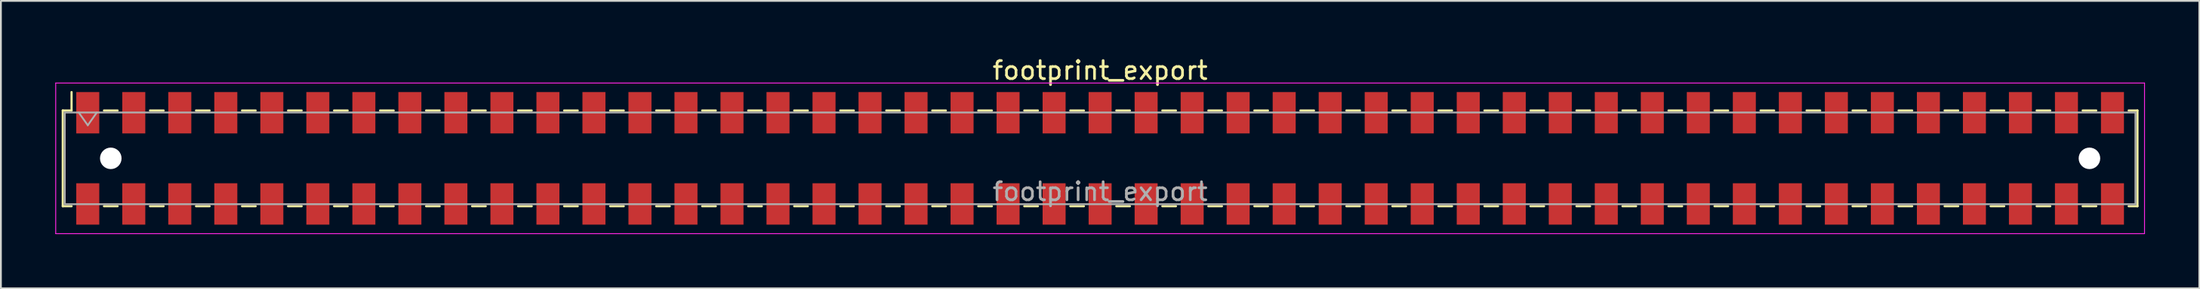
<source format=kicad_pcb>
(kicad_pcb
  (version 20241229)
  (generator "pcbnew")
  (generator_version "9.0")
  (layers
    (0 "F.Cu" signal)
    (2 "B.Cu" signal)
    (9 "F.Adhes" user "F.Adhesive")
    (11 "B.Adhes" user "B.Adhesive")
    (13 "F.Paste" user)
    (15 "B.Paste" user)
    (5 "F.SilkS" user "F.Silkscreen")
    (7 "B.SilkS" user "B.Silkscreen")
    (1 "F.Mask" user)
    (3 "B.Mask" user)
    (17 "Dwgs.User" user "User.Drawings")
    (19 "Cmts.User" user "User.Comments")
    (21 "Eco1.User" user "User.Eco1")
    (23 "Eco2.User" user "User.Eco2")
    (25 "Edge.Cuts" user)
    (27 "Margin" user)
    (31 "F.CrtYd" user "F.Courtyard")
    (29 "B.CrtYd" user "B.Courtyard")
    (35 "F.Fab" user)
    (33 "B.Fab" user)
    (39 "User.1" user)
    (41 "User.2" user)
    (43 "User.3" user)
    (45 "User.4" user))
  (footprint "footprint_export"
    (layer "F.Cu")
    (at 57.675 5.718)
    (property "Reference" "footprint_export" (at 0 -4.87 0) (layer "F.SilkS") (effects (font (size 1 1) (thickness 0.15))))
    (attr smd)
    (fp_line (start -57.26 -2.65) (end -57.26 2.65) (stroke (width 0.12) (type solid)) (layer "F.SilkS"))
    (fp_line (start -57.26 2.65) (end -56.775 2.65) (stroke (width 0.12) (type solid)) (layer "F.SilkS"))
    (fp_line (start -56.775 -3.67) (end -56.775 -2.65) (stroke (width 0.12) (type solid)) (layer "F.SilkS"))
    (fp_line (start -56.775 -2.65) (end -57.26 -2.65) (stroke (width 0.12) (type solid)) (layer "F.SilkS"))
    (fp_line (start -54.985 -2.65) (end -54.235 -2.65) (stroke (width 0.12) (type solid)) (layer "F.SilkS"))
    (fp_line (start -54.985 2.65) (end -54.235 2.65) (stroke (width 0.12) (type solid)) (layer "F.SilkS"))
    (fp_line (start -52.445 -2.65) (end -51.695 -2.65) (stroke (width 0.12) (type solid)) (layer "F.SilkS"))
    (fp_line (start -52.445 2.65) (end -51.695 2.65) (stroke (width 0.12) (type solid)) (layer "F.SilkS"))
    (fp_line (start -49.905 -2.65) (end -49.155 -2.65) (stroke (width 0.12) (type solid)) (layer "F.SilkS"))
    (fp_line (start -49.905 2.65) (end -49.155 2.65) (stroke (width 0.12) (type solid)) (layer "F.SilkS"))
    (fp_line (start -47.365 -2.65) (end -46.615 -2.65) (stroke (width 0.12) (type solid)) (layer "F.SilkS"))
    (fp_line (start -47.365 2.65) (end -46.615 2.65) (stroke (width 0.12) (type solid)) (layer "F.SilkS"))
    (fp_line (start -44.825 -2.65) (end -44.075 -2.65) (stroke (width 0.12) (type solid)) (layer "F.SilkS"))
    (fp_line (start -44.825 2.65) (end -44.075 2.65) (stroke (width 0.12) (type solid)) (layer "F.SilkS"))
    (fp_line (start -42.285 -2.65) (end -41.535 -2.65) (stroke (width 0.12) (type solid)) (layer "F.SilkS"))
    (fp_line (start -42.285 2.65) (end -41.535 2.65) (stroke (width 0.12) (type solid)) (layer "F.SilkS"))
    (fp_line (start -39.745 -2.65) (end -38.995 -2.65) (stroke (width 0.12) (type solid)) (layer "F.SilkS"))
    (fp_line (start -39.745 2.65) (end -38.995 2.65) (stroke (width 0.12) (type solid)) (layer "F.SilkS"))
    (fp_line (start -37.205 -2.65) (end -36.455 -2.65) (stroke (width 0.12) (type solid)) (layer "F.SilkS"))
    (fp_line (start -37.205 2.65) (end -36.455 2.65) (stroke (width 0.12) (type solid)) (layer "F.SilkS"))
    (fp_line (start -34.665 -2.65) (end -33.915 -2.65) (stroke (width 0.12) (type solid)) (layer "F.SilkS"))
    (fp_line (start -34.665 2.65) (end -33.915 2.65) (stroke (width 0.12) (type solid)) (layer "F.SilkS"))
    (fp_line (start -32.125 -2.65) (end -31.375 -2.65) (stroke (width 0.12) (type solid)) (layer "F.SilkS"))
    (fp_line (start -32.125 2.65) (end -31.375 2.65) (stroke (width 0.12) (type solid)) (layer "F.SilkS"))
    (fp_line (start -29.585 -2.65) (end -28.835 -2.65) (stroke (width 0.12) (type solid)) (layer "F.SilkS"))
    (fp_line (start -29.585 2.65) (end -28.835 2.65) (stroke (width 0.12) (type solid)) (layer "F.SilkS"))
    (fp_line (start -27.045 -2.65) (end -26.295 -2.65) (stroke (width 0.12) (type solid)) (layer "F.SilkS"))
    (fp_line (start -27.045 2.65) (end -26.295 2.65) (stroke (width 0.12) (type solid)) (layer "F.SilkS"))
    (fp_line (start -24.505 -2.65) (end -23.755 -2.65) (stroke (width 0.12) (type solid)) (layer "F.SilkS"))
    (fp_line (start -24.505 2.65) (end -23.755 2.65) (stroke (width 0.12) (type solid)) (layer "F.SilkS"))
    (fp_line (start -21.965 -2.65) (end -21.215 -2.65) (stroke (width 0.12) (type solid)) (layer "F.SilkS"))
    (fp_line (start -21.965 2.65) (end -21.215 2.65) (stroke (width 0.12) (type solid)) (layer "F.SilkS"))
    (fp_line (start -19.425 -2.65) (end -18.675 -2.65) (stroke (width 0.12) (type solid)) (layer "F.SilkS"))
    (fp_line (start -19.425 2.65) (end -18.675 2.65) (stroke (width 0.12) (type solid)) (layer "F.SilkS"))
    (fp_line (start -16.885 -2.65) (end -16.135 -2.65) (stroke (width 0.12) (type solid)) (layer "F.SilkS"))
    (fp_line (start -16.885 2.65) (end -16.135 2.65) (stroke (width 0.12) (type solid)) (layer "F.SilkS"))
    (fp_line (start -14.345 -2.65) (end -13.595 -2.65) (stroke (width 0.12) (type solid)) (layer "F.SilkS"))
    (fp_line (start -14.345 2.65) (end -13.595 2.65) (stroke (width 0.12) (type solid)) (layer "F.SilkS"))
    (fp_line (start -11.805 -2.65) (end -11.055 -2.65) (stroke (width 0.12) (type solid)) (layer "F.SilkS"))
    (fp_line (start -11.805 2.65) (end -11.055 2.65) (stroke (width 0.12) (type solid)) (layer "F.SilkS"))
    (fp_line (start -9.265 -2.65) (end -8.515 -2.65) (stroke (width 0.12) (type solid)) (layer "F.SilkS"))
    (fp_line (start -9.265 2.65) (end -8.515 2.65) (stroke (width 0.12) (type solid)) (layer "F.SilkS"))
    (fp_line (start -6.725 -2.65) (end -5.975 -2.65) (stroke (width 0.12) (type solid)) (layer "F.SilkS"))
    (fp_line (start -6.725 2.65) (end -5.975 2.65) (stroke (width 0.12) (type solid)) (layer "F.SilkS"))
    (fp_line (start -4.185 -2.65) (end -3.435 -2.65) (stroke (width 0.12) (type solid)) (layer "F.SilkS"))
    (fp_line (start -4.185 2.65) (end -3.435 2.65) (stroke (width 0.12) (type solid)) (layer "F.SilkS"))
    (fp_line (start -1.645 -2.65) (end -0.895 -2.65) (stroke (width 0.12) (type solid)) (layer "F.SilkS"))
    (fp_line (start -1.645 2.65) (end -0.895 2.65) (stroke (width 0.12) (type solid)) (layer "F.SilkS"))
    (fp_line (start 0.895 -2.65) (end 1.645 -2.65) (stroke (width 0.12) (type solid)) (layer "F.SilkS"))
    (fp_line (start 0.895 2.65) (end 1.645 2.65) (stroke (width 0.12) (type solid)) (layer "F.SilkS"))
    (fp_line (start 3.435 -2.65) (end 4.185 -2.65) (stroke (width 0.12) (type solid)) (layer "F.SilkS"))
    (fp_line (start 3.435 2.65) (end 4.185 2.65) (stroke (width 0.12) (type solid)) (layer "F.SilkS"))
    (fp_line (start 5.975 -2.65) (end 6.725 -2.65) (stroke (width 0.12) (type solid)) (layer "F.SilkS"))
    (fp_line (start 5.975 2.65) (end 6.725 2.65) (stroke (width 0.12) (type solid)) (layer "F.SilkS"))
    (fp_line (start 8.515 -2.65) (end 9.265 -2.65) (stroke (width 0.12) (type solid)) (layer "F.SilkS"))
    (fp_line (start 8.515 2.65) (end 9.265 2.65) (stroke (width 0.12) (type solid)) (layer "F.SilkS"))
    (fp_line (start 11.055 -2.65) (end 11.805 -2.65) (stroke (width 0.12) (type solid)) (layer "F.SilkS"))
    (fp_line (start 11.055 2.65) (end 11.805 2.65) (stroke (width 0.12) (type solid)) (layer "F.SilkS"))
    (fp_line (start 13.595 -2.65) (end 14.345 -2.65) (stroke (width 0.12) (type solid)) (layer "F.SilkS"))
    (fp_line (start 13.595 2.65) (end 14.345 2.65) (stroke (width 0.12) (type solid)) (layer "F.SilkS"))
    (fp_line (start 16.135 -2.65) (end 16.885 -2.65) (stroke (width 0.12) (type solid)) (layer "F.SilkS"))
    (fp_line (start 16.135 2.65) (end 16.885 2.65) (stroke (width 0.12) (type solid)) (layer "F.SilkS"))
    (fp_line (start 18.675 -2.65) (end 19.425 -2.65) (stroke (width 0.12) (type solid)) (layer "F.SilkS"))
    (fp_line (start 18.675 2.65) (end 19.425 2.65) (stroke (width 0.12) (type solid)) (layer "F.SilkS"))
    (fp_line (start 21.215 -2.65) (end 21.965 -2.65) (stroke (width 0.12) (type solid)) (layer "F.SilkS"))
    (fp_line (start 21.215 2.65) (end 21.965 2.65) (stroke (width 0.12) (type solid)) (layer "F.SilkS"))
    (fp_line (start 23.755 -2.65) (end 24.505 -2.65) (stroke (width 0.12) (type solid)) (layer "F.SilkS"))
    (fp_line (start 23.755 2.65) (end 24.505 2.65) (stroke (width 0.12) (type solid)) (layer "F.SilkS"))
    (fp_line (start 26.295 -2.65) (end 27.045 -2.65) (stroke (width 0.12) (type solid)) (layer "F.SilkS"))
    (fp_line (start 26.295 2.65) (end 27.045 2.65) (stroke (width 0.12) (type solid)) (layer "F.SilkS"))
    (fp_line (start 28.835 -2.65) (end 29.585 -2.65) (stroke (width 0.12) (type solid)) (layer "F.SilkS"))
    (fp_line (start 28.835 2.65) (end 29.585 2.65) (stroke (width 0.12) (type solid)) (layer "F.SilkS"))
    (fp_line (start 31.375 -2.65) (end 32.125 -2.65) (stroke (width 0.12) (type solid)) (layer "F.SilkS"))
    (fp_line (start 31.375 2.65) (end 32.125 2.65) (stroke (width 0.12) (type solid)) (layer "F.SilkS"))
    (fp_line (start 33.915 -2.65) (end 34.665 -2.65) (stroke (width 0.12) (type solid)) (layer "F.SilkS"))
    (fp_line (start 33.915 2.65) (end 34.665 2.65) (stroke (width 0.12) (type solid)) (layer "F.SilkS"))
    (fp_line (start 36.455 -2.65) (end 37.205 -2.65) (stroke (width 0.12) (type solid)) (layer "F.SilkS"))
    (fp_line (start 36.455 2.65) (end 37.205 2.65) (stroke (width 0.12) (type solid)) (layer "F.SilkS"))
    (fp_line (start 38.995 -2.65) (end 39.745 -2.65) (stroke (width 0.12) (type solid)) (layer "F.SilkS"))
    (fp_line (start 38.995 2.65) (end 39.745 2.65) (stroke (width 0.12) (type solid)) (layer "F.SilkS"))
    (fp_line (start 41.535 -2.65) (end 42.285 -2.65) (stroke (width 0.12) (type solid)) (layer "F.SilkS"))
    (fp_line (start 41.535 2.65) (end 42.285 2.65) (stroke (width 0.12) (type solid)) (layer "F.SilkS"))
    (fp_line (start 44.075 -2.65) (end 44.825 -2.65) (stroke (width 0.12) (type solid)) (layer "F.SilkS"))
    (fp_line (start 44.075 2.65) (end 44.825 2.65) (stroke (width 0.12) (type solid)) (layer "F.SilkS"))
    (fp_line (start 46.615 -2.65) (end 47.365 -2.65) (stroke (width 0.12) (type solid)) (layer "F.SilkS"))
    (fp_line (start 46.615 2.65) (end 47.365 2.65) (stroke (width 0.12) (type solid)) (layer "F.SilkS"))
    (fp_line (start 49.155 -2.65) (end 49.905 -2.65) (stroke (width 0.12) (type solid)) (layer "F.SilkS"))
    (fp_line (start 49.155 2.65) (end 49.905 2.65) (stroke (width 0.12) (type solid)) (layer "F.SilkS"))
    (fp_line (start 51.695 -2.65) (end 52.445 -2.65) (stroke (width 0.12) (type solid)) (layer "F.SilkS"))
    (fp_line (start 51.695 2.65) (end 52.445 2.65) (stroke (width 0.12) (type solid)) (layer "F.SilkS"))
    (fp_line (start 54.235 -2.65) (end 54.985 -2.65) (stroke (width 0.12) (type solid)) (layer "F.SilkS"))
    (fp_line (start 54.235 2.65) (end 54.985 2.65) (stroke (width 0.12) (type solid)) (layer "F.SilkS"))
    (fp_line (start 56.775 -2.65) (end 57.26 -2.65) (stroke (width 0.12) (type solid)) (layer "F.SilkS"))
    (fp_line (start 57.26 -2.65) (end 57.26 2.65) (stroke (width 0.12) (type solid)) (layer "F.SilkS"))
    (fp_line (start 57.26 2.65) (end 56.775 2.65) (stroke (width 0.12) (type solid)) (layer "F.SilkS"))
    (fp_line (start -57.65 -4.17) (end 57.65 -4.17) (stroke (width 0.05) (type solid)) (layer "F.CrtYd"))
    (fp_line (start -57.65 4.17) (end -57.65 -4.17) (stroke (width 0.05) (type solid)) (layer "F.CrtYd"))
    (fp_line (start 57.65 -4.17) (end 57.65 4.17) (stroke (width 0.05) (type solid)) (layer "F.CrtYd"))
    (fp_line (start 57.65 4.17) (end -57.65 4.17) (stroke (width 0.05) (type solid)) (layer "F.CrtYd"))
    (fp_line (start -57.15 -2.54) (end 57.15 -2.54) (stroke (width 0.1) (type solid)) (layer "F.Fab"))
    (fp_line (start -57.15 2.54) (end -57.15 -2.54) (stroke (width 0.1) (type solid)) (layer "F.Fab"))
    (fp_line (start -56.38 -2.54) (end -55.88 -1.833) (stroke (width 0.1) (type solid)) (layer "F.Fab"))
    (fp_line (start -55.88 -1.833) (end -55.38 -2.54) (stroke (width 0.1) (type solid)) (layer "F.Fab"))
    (fp_line (start 57.15 -2.54) (end 57.15 2.54) (stroke (width 0.1) (type solid)) (layer "F.Fab"))
    (fp_line (start 57.15 2.54) (end -57.15 2.54) (stroke (width 0.1) (type solid)) (layer "F.Fab"))
    (fp_text user "${REFERENCE}" (at 0 1.84 0) (layer "F.Fab") (effects (font (size 1 1) (thickness 0.15))))
    (pad "" np_thru_hole circle (at -54.61 0) (size 1.19 1.19) (drill 1.19) (layers "*.Cu" "*.Mask"))
    (pad "" np_thru_hole circle (at 54.61 0) (size 1.19 1.19) (drill 1.19) (layers "*.Cu" "*.Mask"))
    (pad "1" smd rect (at -55.88 -2.525) (size 1.27 2.29) (layers "F.Cu" "F.Mask" "F.Paste"))
    (pad "2" smd rect (at -55.88 2.525) (size 1.27 2.29) (layers "F.Cu" "F.Mask" "F.Paste"))
    (pad "3" smd rect (at -53.34 -2.525) (size 1.27 2.29) (layers "F.Cu" "F.Mask" "F.Paste"))
    (pad "4" smd rect (at -53.34 2.525) (size 1.27 2.29) (layers "F.Cu" "F.Mask" "F.Paste"))
    (pad "5" smd rect (at -50.8 -2.525) (size 1.27 2.29) (layers "F.Cu" "F.Mask" "F.Paste"))
    (pad "6" smd rect (at -50.8 2.525) (size 1.27 2.29) (layers "F.Cu" "F.Mask" "F.Paste"))
    (pad "7" smd rect (at -48.26 -2.525) (size 1.27 2.29) (layers "F.Cu" "F.Mask" "F.Paste"))
    (pad "8" smd rect (at -48.26 2.525) (size 1.27 2.29) (layers "F.Cu" "F.Mask" "F.Paste"))
    (pad "9" smd rect (at -45.72 -2.525) (size 1.27 2.29) (layers "F.Cu" "F.Mask" "F.Paste"))
    (pad "10" smd rect (at -45.72 2.525) (size 1.27 2.29) (layers "F.Cu" "F.Mask" "F.Paste"))
    (pad "11" smd rect (at -43.18 -2.525) (size 1.27 2.29) (layers "F.Cu" "F.Mask" "F.Paste"))
    (pad "12" smd rect (at -43.18 2.525) (size 1.27 2.29) (layers "F.Cu" "F.Mask" "F.Paste"))
    (pad "13" smd rect (at -40.64 -2.525) (size 1.27 2.29) (layers "F.Cu" "F.Mask" "F.Paste"))
    (pad "14" smd rect (at -40.64 2.525) (size 1.27 2.29) (layers "F.Cu" "F.Mask" "F.Paste"))
    (pad "15" smd rect (at -38.1 -2.525) (size 1.27 2.29) (layers "F.Cu" "F.Mask" "F.Paste"))
    (pad "16" smd rect (at -38.1 2.525) (size 1.27 2.29) (layers "F.Cu" "F.Mask" "F.Paste"))
    (pad "17" smd rect (at -35.56 -2.525) (size 1.27 2.29) (layers "F.Cu" "F.Mask" "F.Paste"))
    (pad "18" smd rect (at -35.56 2.525) (size 1.27 2.29) (layers "F.Cu" "F.Mask" "F.Paste"))
    (pad "19" smd rect (at -33.02 -2.525) (size 1.27 2.29) (layers "F.Cu" "F.Mask" "F.Paste"))
    (pad "20" smd rect (at -33.02 2.525) (size 1.27 2.29) (layers "F.Cu" "F.Mask" "F.Paste"))
    (pad "21" smd rect (at -30.48 -2.525) (size 1.27 2.29) (layers "F.Cu" "F.Mask" "F.Paste"))
    (pad "22" smd rect (at -30.48 2.525) (size 1.27 2.29) (layers "F.Cu" "F.Mask" "F.Paste"))
    (pad "23" smd rect (at -27.94 -2.525) (size 1.27 2.29) (layers "F.Cu" "F.Mask" "F.Paste"))
    (pad "24" smd rect (at -27.94 2.525) (size 1.27 2.29) (layers "F.Cu" "F.Mask" "F.Paste"))
    (pad "25" smd rect (at -25.4 -2.525) (size 1.27 2.29) (layers "F.Cu" "F.Mask" "F.Paste"))
    (pad "26" smd rect (at -25.4 2.525) (size 1.27 2.29) (layers "F.Cu" "F.Mask" "F.Paste"))
    (pad "27" smd rect (at -22.86 -2.525) (size 1.27 2.29) (layers "F.Cu" "F.Mask" "F.Paste"))
    (pad "28" smd rect (at -22.86 2.525) (size 1.27 2.29) (layers "F.Cu" "F.Mask" "F.Paste"))
    (pad "29" smd rect (at -20.32 -2.525) (size 1.27 2.29) (layers "F.Cu" "F.Mask" "F.Paste"))
    (pad "30" smd rect (at -20.32 2.525) (size 1.27 2.29) (layers "F.Cu" "F.Mask" "F.Paste"))
    (pad "31" smd rect (at -17.78 -2.525) (size 1.27 2.29) (layers "F.Cu" "F.Mask" "F.Paste"))
    (pad "32" smd rect (at -17.78 2.525) (size 1.27 2.29) (layers "F.Cu" "F.Mask" "F.Paste"))
    (pad "33" smd rect (at -15.24 -2.525) (size 1.27 2.29) (layers "F.Cu" "F.Mask" "F.Paste"))
    (pad "34" smd rect (at -15.24 2.525) (size 1.27 2.29) (layers "F.Cu" "F.Mask" "F.Paste"))
    (pad "35" smd rect (at -12.7 -2.525) (size 1.27 2.29) (layers "F.Cu" "F.Mask" "F.Paste"))
    (pad "36" smd rect (at -12.7 2.525) (size 1.27 2.29) (layers "F.Cu" "F.Mask" "F.Paste"))
    (pad "37" smd rect (at -10.16 -2.525) (size 1.27 2.29) (layers "F.Cu" "F.Mask" "F.Paste"))
    (pad "38" smd rect (at -10.16 2.525) (size 1.27 2.29) (layers "F.Cu" "F.Mask" "F.Paste"))
    (pad "39" smd rect (at -7.62 -2.525) (size 1.27 2.29) (layers "F.Cu" "F.Mask" "F.Paste"))
    (pad "40" smd rect (at -7.62 2.525) (size 1.27 2.29) (layers "F.Cu" "F.Mask" "F.Paste"))
    (pad "41" smd rect (at -5.08 -2.525) (size 1.27 2.29) (layers "F.Cu" "F.Mask" "F.Paste"))
    (pad "42" smd rect (at -5.08 2.525) (size 1.27 2.29) (layers "F.Cu" "F.Mask" "F.Paste"))
    (pad "43" smd rect (at -2.54 -2.525) (size 1.27 2.29) (layers "F.Cu" "F.Mask" "F.Paste"))
    (pad "44" smd rect (at -2.54 2.525) (size 1.27 2.29) (layers "F.Cu" "F.Mask" "F.Paste"))
    (pad "45" smd rect (at 0 -2.525) (size 1.27 2.29) (layers "F.Cu" "F.Mask" "F.Paste"))
    (pad "46" smd rect (at 0 2.525) (size 1.27 2.29) (layers "F.Cu" "F.Mask" "F.Paste"))
    (pad "47" smd rect (at 2.54 -2.525) (size 1.27 2.29) (layers "F.Cu" "F.Mask" "F.Paste"))
    (pad "48" smd rect (at 2.54 2.525) (size 1.27 2.29) (layers "F.Cu" "F.Mask" "F.Paste"))
    (pad "49" smd rect (at 5.08 -2.525) (size 1.27 2.29) (layers "F.Cu" "F.Mask" "F.Paste"))
    (pad "50" smd rect (at 5.08 2.525) (size 1.27 2.29) (layers "F.Cu" "F.Mask" "F.Paste"))
    (pad "51" smd rect (at 7.62 -2.525) (size 1.27 2.29) (layers "F.Cu" "F.Mask" "F.Paste"))
    (pad "52" smd rect (at 7.62 2.525) (size 1.27 2.29) (layers "F.Cu" "F.Mask" "F.Paste"))
    (pad "53" smd rect (at 10.16 -2.525) (size 1.27 2.29) (layers "F.Cu" "F.Mask" "F.Paste"))
    (pad "54" smd rect (at 10.16 2.525) (size 1.27 2.29) (layers "F.Cu" "F.Mask" "F.Paste"))
    (pad "55" smd rect (at 12.7 -2.525) (size 1.27 2.29) (layers "F.Cu" "F.Mask" "F.Paste"))
    (pad "56" smd rect (at 12.7 2.525) (size 1.27 2.29) (layers "F.Cu" "F.Mask" "F.Paste"))
    (pad "57" smd rect (at 15.24 -2.525) (size 1.27 2.29) (layers "F.Cu" "F.Mask" "F.Paste"))
    (pad "58" smd rect (at 15.24 2.525) (size 1.27 2.29) (layers "F.Cu" "F.Mask" "F.Paste"))
    (pad "59" smd rect (at 17.78 -2.525) (size 1.27 2.29) (layers "F.Cu" "F.Mask" "F.Paste"))
    (pad "60" smd rect (at 17.78 2.525) (size 1.27 2.29) (layers "F.Cu" "F.Mask" "F.Paste"))
    (pad "61" smd rect (at 20.32 -2.525) (size 1.27 2.29) (layers "F.Cu" "F.Mask" "F.Paste"))
    (pad "62" smd rect (at 20.32 2.525) (size 1.27 2.29) (layers "F.Cu" "F.Mask" "F.Paste"))
    (pad "63" smd rect (at 22.86 -2.525) (size 1.27 2.29) (layers "F.Cu" "F.Mask" "F.Paste"))
    (pad "64" smd rect (at 22.86 2.525) (size 1.27 2.29) (layers "F.Cu" "F.Mask" "F.Paste"))
    (pad "65" smd rect (at 25.4 -2.525) (size 1.27 2.29) (layers "F.Cu" "F.Mask" "F.Paste"))
    (pad "66" smd rect (at 25.4 2.525) (size 1.27 2.29) (layers "F.Cu" "F.Mask" "F.Paste"))
    (pad "67" smd rect (at 27.94 -2.525) (size 1.27 2.29) (layers "F.Cu" "F.Mask" "F.Paste"))
    (pad "68" smd rect (at 27.94 2.525) (size 1.27 2.29) (layers "F.Cu" "F.Mask" "F.Paste"))
    (pad "69" smd rect (at 30.48 -2.525) (size 1.27 2.29) (layers "F.Cu" "F.Mask" "F.Paste"))
    (pad "70" smd rect (at 30.48 2.525) (size 1.27 2.29) (layers "F.Cu" "F.Mask" "F.Paste"))
    (pad "71" smd rect (at 33.02 -2.525) (size 1.27 2.29) (layers "F.Cu" "F.Mask" "F.Paste"))
    (pad "72" smd rect (at 33.02 2.525) (size 1.27 2.29) (layers "F.Cu" "F.Mask" "F.Paste"))
    (pad "73" smd rect (at 35.56 -2.525) (size 1.27 2.29) (layers "F.Cu" "F.Mask" "F.Paste"))
    (pad "74" smd rect (at 35.56 2.525) (size 1.27 2.29) (layers "F.Cu" "F.Mask" "F.Paste"))
    (pad "75" smd rect (at 38.1 -2.525) (size 1.27 2.29) (layers "F.Cu" "F.Mask" "F.Paste"))
    (pad "76" smd rect (at 38.1 2.525) (size 1.27 2.29) (layers "F.Cu" "F.Mask" "F.Paste"))
    (pad "77" smd rect (at 40.64 -2.525) (size 1.27 2.29) (layers "F.Cu" "F.Mask" "F.Paste"))
    (pad "78" smd rect (at 40.64 2.525) (size 1.27 2.29) (layers "F.Cu" "F.Mask" "F.Paste"))
    (pad "79" smd rect (at 43.18 -2.525) (size 1.27 2.29) (layers "F.Cu" "F.Mask" "F.Paste"))
    (pad "80" smd rect (at 43.18 2.525) (size 1.27 2.29) (layers "F.Cu" "F.Mask" "F.Paste"))
    (pad "81" smd rect (at 45.72 -2.525) (size 1.27 2.29) (layers "F.Cu" "F.Mask" "F.Paste"))
    (pad "82" smd rect (at 45.72 2.525) (size 1.27 2.29) (layers "F.Cu" "F.Mask" "F.Paste"))
    (pad "83" smd rect (at 48.26 -2.525) (size 1.27 2.29) (layers "F.Cu" "F.Mask" "F.Paste"))
    (pad "84" smd rect (at 48.26 2.525) (size 1.27 2.29) (layers "F.Cu" "F.Mask" "F.Paste"))
    (pad "85" smd rect (at 50.8 -2.525) (size 1.27 2.29) (layers "F.Cu" "F.Mask" "F.Paste"))
    (pad "86" smd rect (at 50.8 2.525) (size 1.27 2.29) (layers "F.Cu" "F.Mask" "F.Paste"))
    (pad "87" smd rect (at 53.34 -2.525) (size 1.27 2.29) (layers "F.Cu" "F.Mask" "F.Paste"))
    (pad "88" smd rect (at 53.34 2.525) (size 1.27 2.29) (layers "F.Cu" "F.Mask" "F.Paste"))
    (pad "89" smd rect (at 55.88 -2.525) (size 1.27 2.29) (layers "F.Cu" "F.Mask" "F.Paste"))
    (pad "90" smd rect (at 55.88 2.525) (size 1.27 2.29) (layers "F.Cu" "F.Mask" "F.Paste")))
  (gr_rect
    (start -3 -3)
    (end 118.35 12.913)
    (stroke (width 0.1) (type default))
    (fill no)
    (layer "Edge.Cuts")))
</source>
